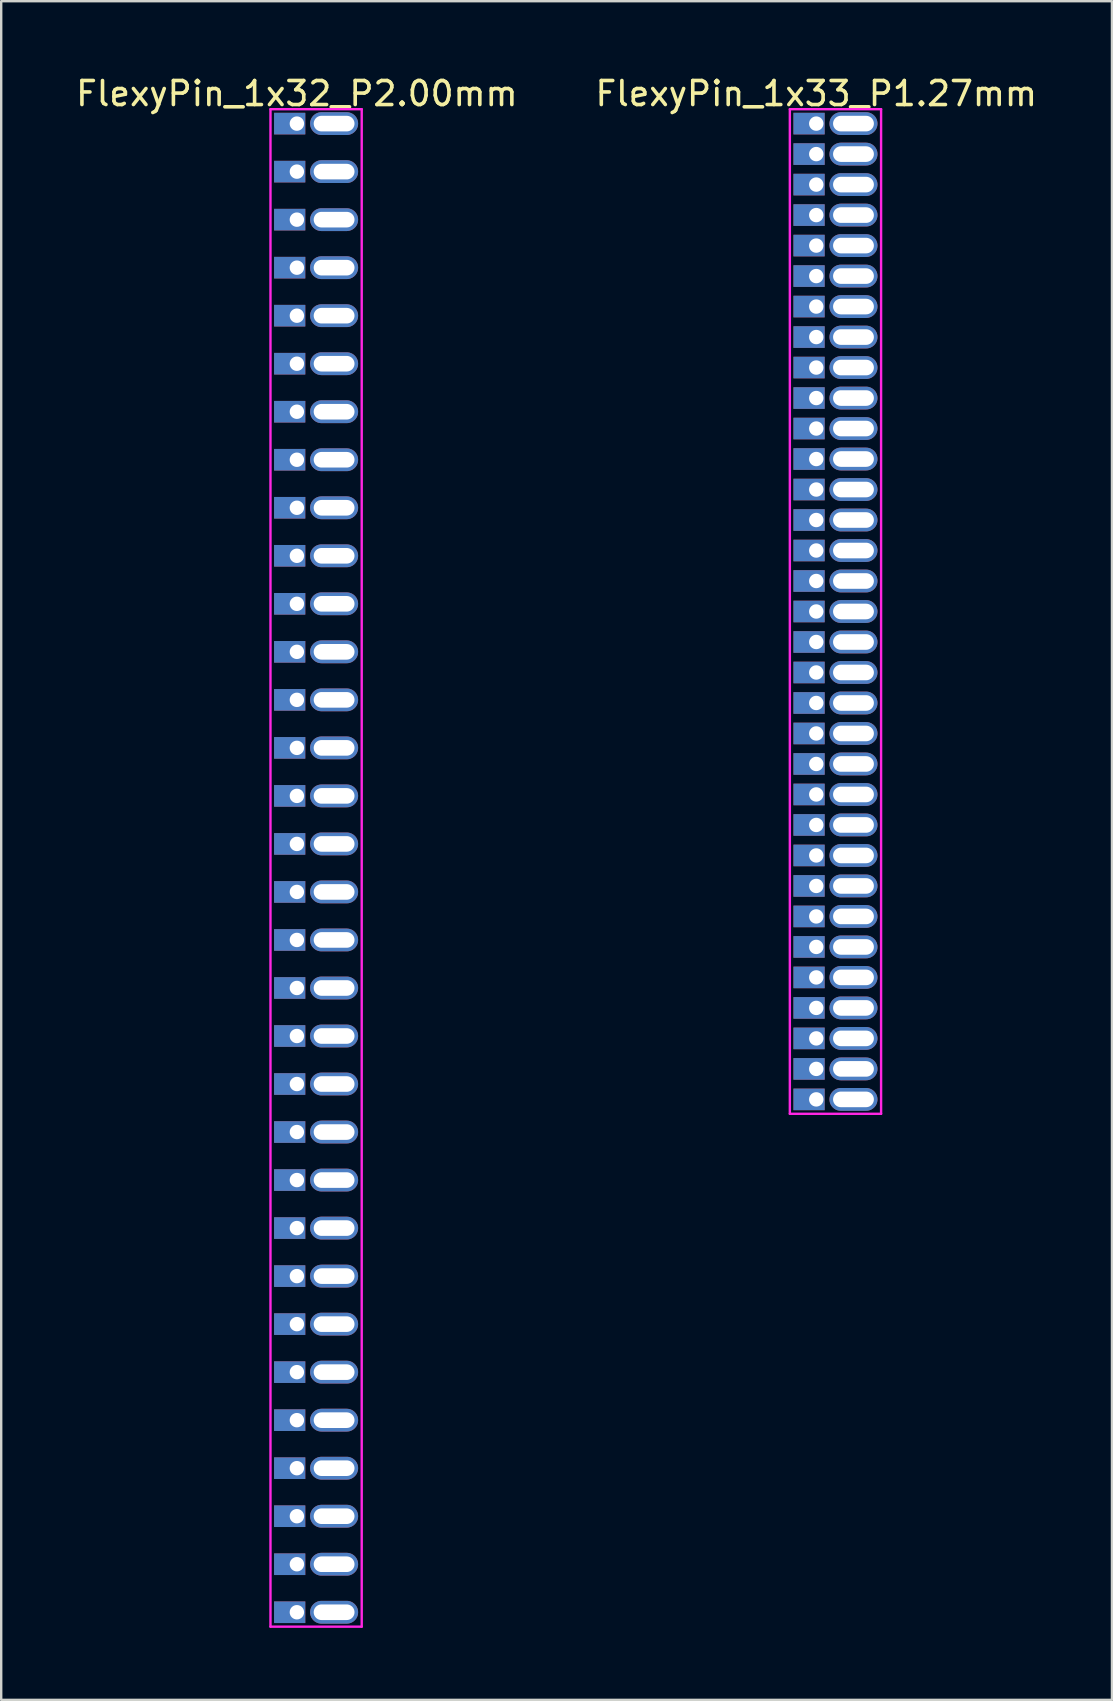
<source format=kicad_pcb>
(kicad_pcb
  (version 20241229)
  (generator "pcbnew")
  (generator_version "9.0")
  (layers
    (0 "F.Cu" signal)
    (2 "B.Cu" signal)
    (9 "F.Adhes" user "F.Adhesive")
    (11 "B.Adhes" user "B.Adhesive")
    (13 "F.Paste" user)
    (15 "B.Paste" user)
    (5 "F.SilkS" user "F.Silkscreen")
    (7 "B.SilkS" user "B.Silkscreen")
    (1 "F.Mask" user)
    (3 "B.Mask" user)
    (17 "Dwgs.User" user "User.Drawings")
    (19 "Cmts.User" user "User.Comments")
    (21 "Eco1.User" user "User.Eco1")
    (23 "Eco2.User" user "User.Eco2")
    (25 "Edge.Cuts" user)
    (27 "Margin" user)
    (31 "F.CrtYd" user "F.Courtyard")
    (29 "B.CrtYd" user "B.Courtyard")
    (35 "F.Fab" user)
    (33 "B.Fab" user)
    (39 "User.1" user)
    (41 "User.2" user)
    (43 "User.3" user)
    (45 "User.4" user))
  (footprint "FlexyPin_1x32_P2.00mm"
    (layer "F.Cu")
    (at 9.315 2.098)
    (property "Reference" "FlexyPin_1x32_P2.00mm" (at 0 -1.25 0) (layer "F.SilkS") (effects (font (size 1 1) (thickness 0.15))))
    (attr through_hole)
    (fp_line (start -1.1 -0.6) (end 2.7 -0.6) (stroke (width 0.1) (type solid)) (layer "F.CrtYd"))
    (fp_line (start -1.1 62.6) (end -1.1 -0.6) (stroke (width 0.1) (type solid)) (layer "F.CrtYd"))
    (fp_line (start 2.7 -0.6) (end 2.7 62.6) (stroke (width 0.1) (type solid)) (layer "F.CrtYd"))
    (fp_line (start 2.7 62.6) (end -1.1 62.6) (stroke (width 0.1) (type solid)) (layer "F.CrtYd"))
    (pad "" thru_hole oval (at 1.55 0) (size 2 0.95) (drill oval 1.7 0.65) (layers "*.Cu" "*.Mask"))
    (pad "" thru_hole oval (at 1.55 2) (size 2 0.95) (drill oval 1.7 0.65) (layers "*.Cu" "*.Mask"))
    (pad "" thru_hole oval (at 1.55 4) (size 2 0.95) (drill oval 1.7 0.65) (layers "*.Cu" "*.Mask"))
    (pad "" thru_hole oval (at 1.55 6) (size 2 0.95) (drill oval 1.7 0.65) (layers "*.Cu" "*.Mask"))
    (pad "" thru_hole oval (at 1.55 8) (size 2 0.95) (drill oval 1.7 0.65) (layers "*.Cu" "*.Mask"))
    (pad "" thru_hole oval (at 1.55 10) (size 2 0.95) (drill oval 1.7 0.65) (layers "*.Cu" "*.Mask"))
    (pad "" thru_hole oval (at 1.55 12) (size 2 0.95) (drill oval 1.7 0.65) (layers "*.Cu" "*.Mask"))
    (pad "" thru_hole oval (at 1.55 14) (size 2 0.95) (drill oval 1.7 0.65) (layers "*.Cu" "*.Mask"))
    (pad "" thru_hole oval (at 1.55 16) (size 2 0.95) (drill oval 1.7 0.65) (layers "*.Cu" "*.Mask"))
    (pad "" thru_hole oval (at 1.55 18) (size 2 0.95) (drill oval 1.7 0.65) (layers "*.Cu" "*.Mask"))
    (pad "" thru_hole oval (at 1.55 20) (size 2 0.95) (drill oval 1.7 0.65) (layers "*.Cu" "*.Mask"))
    (pad "" thru_hole oval (at 1.55 22) (size 2 0.95) (drill oval 1.7 0.65) (layers "*.Cu" "*.Mask"))
    (pad "" thru_hole oval (at 1.55 24) (size 2 0.95) (drill oval 1.7 0.65) (layers "*.Cu" "*.Mask"))
    (pad "" thru_hole oval (at 1.55 26) (size 2 0.95) (drill oval 1.7 0.65) (layers "*.Cu" "*.Mask"))
    (pad "" thru_hole oval (at 1.55 28) (size 2 0.95) (drill oval 1.7 0.65) (layers "*.Cu" "*.Mask"))
    (pad "" thru_hole oval (at 1.55 30) (size 2 0.95) (drill oval 1.7 0.65) (layers "*.Cu" "*.Mask"))
    (pad "" thru_hole oval (at 1.55 32) (size 2 0.95) (drill oval 1.7 0.65) (layers "*.Cu" "*.Mask"))
    (pad "" thru_hole oval (at 1.55 34) (size 2 0.95) (drill oval 1.7 0.65) (layers "*.Cu" "*.Mask"))
    (pad "" thru_hole oval (at 1.55 36) (size 2 0.95) (drill oval 1.7 0.65) (layers "*.Cu" "*.Mask"))
    (pad "" thru_hole oval (at 1.55 38) (size 2 0.95) (drill oval 1.7 0.65) (layers "*.Cu" "*.Mask"))
    (pad "" thru_hole oval (at 1.55 40) (size 2 0.95) (drill oval 1.7 0.65) (layers "*.Cu" "*.Mask"))
    (pad "" thru_hole oval (at 1.55 42) (size 2 0.95) (drill oval 1.7 0.65) (layers "*.Cu" "*.Mask"))
    (pad "" thru_hole oval (at 1.55 44) (size 2 0.95) (drill oval 1.7 0.65) (layers "*.Cu" "*.Mask"))
    (pad "" thru_hole oval (at 1.55 46) (size 2 0.95) (drill oval 1.7 0.65) (layers "*.Cu" "*.Mask"))
    (pad "" thru_hole oval (at 1.55 48) (size 2 0.95) (drill oval 1.7 0.65) (layers "*.Cu" "*.Mask"))
    (pad "" thru_hole oval (at 1.55 50) (size 2 0.95) (drill oval 1.7 0.65) (layers "*.Cu" "*.Mask"))
    (pad "" thru_hole oval (at 1.55 52) (size 2 0.95) (drill oval 1.7 0.65) (layers "*.Cu" "*.Mask"))
    (pad "" thru_hole oval (at 1.55 54) (size 2 0.95) (drill oval 1.7 0.65) (layers "*.Cu" "*.Mask"))
    (pad "" thru_hole oval (at 1.55 56) (size 2 0.95) (drill oval 1.7 0.65) (layers "*.Cu" "*.Mask"))
    (pad "" thru_hole oval (at 1.55 58) (size 2 0.95) (drill oval 1.7 0.65) (layers "*.Cu" "*.Mask"))
    (pad "" thru_hole oval (at 1.55 60) (size 2 0.95) (drill oval 1.7 0.65) (layers "*.Cu" "*.Mask"))
    (pad "" thru_hole oval (at 1.55 62) (size 2 0.95) (drill oval 1.7 0.65) (layers "*.Cu" "*.Mask"))
    (pad "1" thru_hole rect (at 0 0) (size 1.3 0.9) (drill 0.6 (offset -0.3 0)) (layers "*.Cu" "*.Mask"))
    (pad "2" thru_hole rect (at 0 2) (size 1.3 0.9) (drill 0.6 (offset -0.3 0)) (layers "*.Cu" "*.Mask"))
    (pad "3" thru_hole rect (at 0 4) (size 1.3 0.9) (drill 0.6 (offset -0.3 0)) (layers "*.Cu" "*.Mask"))
    (pad "4" thru_hole rect (at 0 6) (size 1.3 0.9) (drill 0.6 (offset -0.3 0)) (layers "*.Cu" "*.Mask"))
    (pad "5" thru_hole rect (at 0 8) (size 1.3 0.9) (drill 0.6 (offset -0.3 0)) (layers "*.Cu" "*.Mask"))
    (pad "6" thru_hole rect (at 0 10) (size 1.3 0.9) (drill 0.6 (offset -0.3 0)) (layers "*.Cu" "*.Mask"))
    (pad "7" thru_hole rect (at 0 12) (size 1.3 0.9) (drill 0.6 (offset -0.3 0)) (layers "*.Cu" "*.Mask"))
    (pad "8" thru_hole rect (at 0 14) (size 1.3 0.9) (drill 0.6 (offset -0.3 0)) (layers "*.Cu" "*.Mask"))
    (pad "9" thru_hole rect (at 0 16) (size 1.3 0.9) (drill 0.6 (offset -0.3 0)) (layers "*.Cu" "*.Mask"))
    (pad "10" thru_hole rect (at 0 18) (size 1.3 0.9) (drill 0.6 (offset -0.3 0)) (layers "*.Cu" "*.Mask"))
    (pad "11" thru_hole rect (at 0 20) (size 1.3 0.9) (drill 0.6 (offset -0.3 0)) (layers "*.Cu" "*.Mask"))
    (pad "12" thru_hole rect (at 0 22) (size 1.3 0.9) (drill 0.6 (offset -0.3 0)) (layers "*.Cu" "*.Mask"))
    (pad "13" thru_hole rect (at 0 24) (size 1.3 0.9) (drill 0.6 (offset -0.3 0)) (layers "*.Cu" "*.Mask"))
    (pad "14" thru_hole rect (at 0 26) (size 1.3 0.9) (drill 0.6 (offset -0.3 0)) (layers "*.Cu" "*.Mask"))
    (pad "15" thru_hole rect (at 0 28) (size 1.3 0.9) (drill 0.6 (offset -0.3 0)) (layers "*.Cu" "*.Mask"))
    (pad "16" thru_hole rect (at 0 30) (size 1.3 0.9) (drill 0.6 (offset -0.3 0)) (layers "*.Cu" "*.Mask"))
    (pad "17" thru_hole rect (at 0 32) (size 1.3 0.9) (drill 0.6 (offset -0.3 0)) (layers "*.Cu" "*.Mask"))
    (pad "18" thru_hole rect (at 0 34) (size 1.3 0.9) (drill 0.6 (offset -0.3 0)) (layers "*.Cu" "*.Mask"))
    (pad "19" thru_hole rect (at 0 36) (size 1.3 0.9) (drill 0.6 (offset -0.3 0)) (layers "*.Cu" "*.Mask"))
    (pad "20" thru_hole rect (at 0 38) (size 1.3 0.9) (drill 0.6 (offset -0.3 0)) (layers "*.Cu" "*.Mask"))
    (pad "21" thru_hole rect (at 0 40) (size 1.3 0.9) (drill 0.6 (offset -0.3 0)) (layers "*.Cu" "*.Mask"))
    (pad "22" thru_hole rect (at 0 42) (size 1.3 0.9) (drill 0.6 (offset -0.3 0)) (layers "*.Cu" "*.Mask"))
    (pad "23" thru_hole rect (at 0 44) (size 1.3 0.9) (drill 0.6 (offset -0.3 0)) (layers "*.Cu" "*.Mask"))
    (pad "24" thru_hole rect (at 0 46) (size 1.3 0.9) (drill 0.6 (offset -0.3 0)) (layers "*.Cu" "*.Mask"))
    (pad "25" thru_hole rect (at 0 48) (size 1.3 0.9) (drill 0.6 (offset -0.3 0)) (layers "*.Cu" "*.Mask"))
    (pad "26" thru_hole rect (at 0 50) (size 1.3 0.9) (drill 0.6 (offset -0.3 0)) (layers "*.Cu" "*.Mask"))
    (pad "27" thru_hole rect (at 0 52) (size 1.3 0.9) (drill 0.6 (offset -0.3 0)) (layers "*.Cu" "*.Mask"))
    (pad "28" thru_hole rect (at 0 54) (size 1.3 0.9) (drill 0.6 (offset -0.3 0)) (layers "*.Cu" "*.Mask"))
    (pad "29" thru_hole rect (at 0 56) (size 1.3 0.9) (drill 0.6 (offset -0.3 0)) (layers "*.Cu" "*.Mask"))
    (pad "30" thru_hole rect (at 0 58) (size 1.3 0.9) (drill 0.6 (offset -0.3 0)) (layers "*.Cu" "*.Mask"))
    (pad "31" thru_hole rect (at 0 60) (size 1.3 0.9) (drill 0.6 (offset -0.3 0)) (layers "*.Cu" "*.Mask"))
    (pad "32" thru_hole rect (at 0 62) (size 1.3 0.9) (drill 0.6 (offset -0.3 0)) (layers "*.Cu" "*.Mask")))
  (footprint "FlexyPin_1x33_P1.27mm"
    (layer "F.Cu")
    (at 30.946 2.098)
    (property "Reference" "FlexyPin_1x33_P1.27mm" (at 0 -1.25 0) (layer "F.SilkS") (effects (font (size 1 1) (thickness 0.15))))
    (attr through_hole)
    (fp_line (start -1.1 -0.6) (end 2.7 -0.6) (stroke (width 0.1) (type solid)) (layer "F.CrtYd"))
    (fp_line (start -1.1 41.24) (end -1.1 -0.6) (stroke (width 0.1) (type solid)) (layer "F.CrtYd"))
    (fp_line (start 2.7 -0.6) (end 2.7 41.24) (stroke (width 0.1) (type solid)) (layer "F.CrtYd"))
    (fp_line (start 2.7 41.24) (end -1.1 41.24) (stroke (width 0.1) (type solid)) (layer "F.CrtYd"))
    (pad "" thru_hole oval (at 1.55 0) (size 2 0.95) (drill oval 1.7 0.65) (layers "*.Cu" "*.Mask"))
    (pad "" thru_hole oval (at 1.55 1.27) (size 2 0.95) (drill oval 1.7 0.65) (layers "*.Cu" "*.Mask"))
    (pad "" thru_hole oval (at 1.55 2.54) (size 2 0.95) (drill oval 1.7 0.65) (layers "*.Cu" "*.Mask"))
    (pad "" thru_hole oval (at 1.55 3.81) (size 2 0.95) (drill oval 1.7 0.65) (layers "*.Cu" "*.Mask"))
    (pad "" thru_hole oval (at 1.55 5.08) (size 2 0.95) (drill oval 1.7 0.65) (layers "*.Cu" "*.Mask"))
    (pad "" thru_hole oval (at 1.55 6.35) (size 2 0.95) (drill oval 1.7 0.65) (layers "*.Cu" "*.Mask"))
    (pad "" thru_hole oval (at 1.55 7.62) (size 2 0.95) (drill oval 1.7 0.65) (layers "*.Cu" "*.Mask"))
    (pad "" thru_hole oval (at 1.55 8.89) (size 2 0.95) (drill oval 1.7 0.65) (layers "*.Cu" "*.Mask"))
    (pad "" thru_hole oval (at 1.55 10.16) (size 2 0.95) (drill oval 1.7 0.65) (layers "*.Cu" "*.Mask"))
    (pad "" thru_hole oval (at 1.55 11.43) (size 2 0.95) (drill oval 1.7 0.65) (layers "*.Cu" "*.Mask"))
    (pad "" thru_hole oval (at 1.55 12.7) (size 2 0.95) (drill oval 1.7 0.65) (layers "*.Cu" "*.Mask"))
    (pad "" thru_hole oval (at 1.55 13.97) (size 2 0.95) (drill oval 1.7 0.65) (layers "*.Cu" "*.Mask"))
    (pad "" thru_hole oval (at 1.55 15.24) (size 2 0.95) (drill oval 1.7 0.65) (layers "*.Cu" "*.Mask"))
    (pad "" thru_hole oval (at 1.55 16.51) (size 2 0.95) (drill oval 1.7 0.65) (layers "*.Cu" "*.Mask"))
    (pad "" thru_hole oval (at 1.55 17.78) (size 2 0.95) (drill oval 1.7 0.65) (layers "*.Cu" "*.Mask"))
    (pad "" thru_hole oval (at 1.55 19.05) (size 2 0.95) (drill oval 1.7 0.65) (layers "*.Cu" "*.Mask"))
    (pad "" thru_hole oval (at 1.55 20.32) (size 2 0.95) (drill oval 1.7 0.65) (layers "*.Cu" "*.Mask"))
    (pad "" thru_hole oval (at 1.55 21.59) (size 2 0.95) (drill oval 1.7 0.65) (layers "*.Cu" "*.Mask"))
    (pad "" thru_hole oval (at 1.55 22.86) (size 2 0.95) (drill oval 1.7 0.65) (layers "*.Cu" "*.Mask"))
    (pad "" thru_hole oval (at 1.55 24.13) (size 2 0.95) (drill oval 1.7 0.65) (layers "*.Cu" "*.Mask"))
    (pad "" thru_hole oval (at 1.55 25.4) (size 2 0.95) (drill oval 1.7 0.65) (layers "*.Cu" "*.Mask"))
    (pad "" thru_hole oval (at 1.55 26.67) (size 2 0.95) (drill oval 1.7 0.65) (layers "*.Cu" "*.Mask"))
    (pad "" thru_hole oval (at 1.55 27.94) (size 2 0.95) (drill oval 1.7 0.65) (layers "*.Cu" "*.Mask"))
    (pad "" thru_hole oval (at 1.55 29.21) (size 2 0.95) (drill oval 1.7 0.65) (layers "*.Cu" "*.Mask"))
    (pad "" thru_hole oval (at 1.55 30.48) (size 2 0.95) (drill oval 1.7 0.65) (layers "*.Cu" "*.Mask"))
    (pad "" thru_hole oval (at 1.55 31.75) (size 2 0.95) (drill oval 1.7 0.65) (layers "*.Cu" "*.Mask"))
    (pad "" thru_hole oval (at 1.55 33.02) (size 2 0.95) (drill oval 1.7 0.65) (layers "*.Cu" "*.Mask"))
    (pad "" thru_hole oval (at 1.55 34.29) (size 2 0.95) (drill oval 1.7 0.65) (layers "*.Cu" "*.Mask"))
    (pad "" thru_hole oval (at 1.55 35.56) (size 2 0.95) (drill oval 1.7 0.65) (layers "*.Cu" "*.Mask"))
    (pad "" thru_hole oval (at 1.55 36.83) (size 2 0.95) (drill oval 1.7 0.65) (layers "*.Cu" "*.Mask"))
    (pad "" thru_hole oval (at 1.55 38.1) (size 2 0.95) (drill oval 1.7 0.65) (layers "*.Cu" "*.Mask"))
    (pad "" thru_hole oval (at 1.55 39.37) (size 2 0.95) (drill oval 1.7 0.65) (layers "*.Cu" "*.Mask"))
    (pad "" thru_hole oval (at 1.55 40.64) (size 2 0.95) (drill oval 1.7 0.65) (layers "*.Cu" "*.Mask"))
    (pad "1" thru_hole rect (at 0 0) (size 1.3 0.9) (drill 0.6 (offset -0.3 0)) (layers "*.Cu" "*.Mask"))
    (pad "2" thru_hole rect (at 0 1.27) (size 1.3 0.9) (drill 0.6 (offset -0.3 0)) (layers "*.Cu" "*.Mask"))
    (pad "3" thru_hole rect (at 0 2.54) (size 1.3 0.9) (drill 0.6 (offset -0.3 0)) (layers "*.Cu" "*.Mask"))
    (pad "4" thru_hole rect (at 0 3.81) (size 1.3 0.9) (drill 0.6 (offset -0.3 0)) (layers "*.Cu" "*.Mask"))
    (pad "5" thru_hole rect (at 0 5.08) (size 1.3 0.9) (drill 0.6 (offset -0.3 0)) (layers "*.Cu" "*.Mask"))
    (pad "6" thru_hole rect (at 0 6.35) (size 1.3 0.9) (drill 0.6 (offset -0.3 0)) (layers "*.Cu" "*.Mask"))
    (pad "7" thru_hole rect (at 0 7.62) (size 1.3 0.9) (drill 0.6 (offset -0.3 0)) (layers "*.Cu" "*.Mask"))
    (pad "8" thru_hole rect (at 0 8.89) (size 1.3 0.9) (drill 0.6 (offset -0.3 0)) (layers "*.Cu" "*.Mask"))
    (pad "9" thru_hole rect (at 0 10.16) (size 1.3 0.9) (drill 0.6 (offset -0.3 0)) (layers "*.Cu" "*.Mask"))
    (pad "10" thru_hole rect (at 0 11.43) (size 1.3 0.9) (drill 0.6 (offset -0.3 0)) (layers "*.Cu" "*.Mask"))
    (pad "11" thru_hole rect (at 0 12.7) (size 1.3 0.9) (drill 0.6 (offset -0.3 0)) (layers "*.Cu" "*.Mask"))
    (pad "12" thru_hole rect (at 0 13.97) (size 1.3 0.9) (drill 0.6 (offset -0.3 0)) (layers "*.Cu" "*.Mask"))
    (pad "13" thru_hole rect (at 0 15.24) (size 1.3 0.9) (drill 0.6 (offset -0.3 0)) (layers "*.Cu" "*.Mask"))
    (pad "14" thru_hole rect (at 0 16.51) (size 1.3 0.9) (drill 0.6 (offset -0.3 0)) (layers "*.Cu" "*.Mask"))
    (pad "15" thru_hole rect (at 0 17.78) (size 1.3 0.9) (drill 0.6 (offset -0.3 0)) (layers "*.Cu" "*.Mask"))
    (pad "16" thru_hole rect (at 0 19.05) (size 1.3 0.9) (drill 0.6 (offset -0.3 0)) (layers "*.Cu" "*.Mask"))
    (pad "17" thru_hole rect (at 0 20.32) (size 1.3 0.9) (drill 0.6 (offset -0.3 0)) (layers "*.Cu" "*.Mask"))
    (pad "18" thru_hole rect (at 0 21.59) (size 1.3 0.9) (drill 0.6 (offset -0.3 0)) (layers "*.Cu" "*.Mask"))
    (pad "19" thru_hole rect (at 0 22.86) (size 1.3 0.9) (drill 0.6 (offset -0.3 0)) (layers "*.Cu" "*.Mask"))
    (pad "20" thru_hole rect (at 0 24.13) (size 1.3 0.9) (drill 0.6 (offset -0.3 0)) (layers "*.Cu" "*.Mask"))
    (pad "21" thru_hole rect (at 0 25.4) (size 1.3 0.9) (drill 0.6 (offset -0.3 0)) (layers "*.Cu" "*.Mask"))
    (pad "22" thru_hole rect (at 0 26.67) (size 1.3 0.9) (drill 0.6 (offset -0.3 0)) (layers "*.Cu" "*.Mask"))
    (pad "23" thru_hole rect (at 0 27.94) (size 1.3 0.9) (drill 0.6 (offset -0.3 0)) (layers "*.Cu" "*.Mask"))
    (pad "24" thru_hole rect (at 0 29.21) (size 1.3 0.9) (drill 0.6 (offset -0.3 0)) (layers "*.Cu" "*.Mask"))
    (pad "25" thru_hole rect (at 0 30.48) (size 1.3 0.9) (drill 0.6 (offset -0.3 0)) (layers "*.Cu" "*.Mask"))
    (pad "26" thru_hole rect (at 0 31.75) (size 1.3 0.9) (drill 0.6 (offset -0.3 0)) (layers "*.Cu" "*.Mask"))
    (pad "27" thru_hole rect (at 0 33.02) (size 1.3 0.9) (drill 0.6 (offset -0.3 0)) (layers "*.Cu" "*.Mask"))
    (pad "28" thru_hole rect (at 0 34.29) (size 1.3 0.9) (drill 0.6 (offset -0.3 0)) (layers "*.Cu" "*.Mask"))
    (pad "29" thru_hole rect (at 0 35.56) (size 1.3 0.9) (drill 0.6 (offset -0.3 0)) (layers "*.Cu" "*.Mask"))
    (pad "30" thru_hole rect (at 0 36.83) (size 1.3 0.9) (drill 0.6 (offset -0.3 0)) (layers "*.Cu" "*.Mask"))
    (pad "31" thru_hole rect (at 0 38.1) (size 1.3 0.9) (drill 0.6 (offset -0.3 0)) (layers "*.Cu" "*.Mask"))
    (pad "32" thru_hole rect (at 0 39.37) (size 1.3 0.9) (drill 0.6 (offset -0.3 0)) (layers "*.Cu" "*.Mask"))
    (pad "33" thru_hole rect (at 0 40.64) (size 1.3 0.9) (drill 0.6 (offset -0.3 0)) (layers "*.Cu" "*.Mask")))
  (gr_rect
    (start -3 -3)
    (end 43.262 67.748)
    (stroke (width 0.1) (type default))
    (fill no)
    (layer "Edge.Cuts")))
</source>
